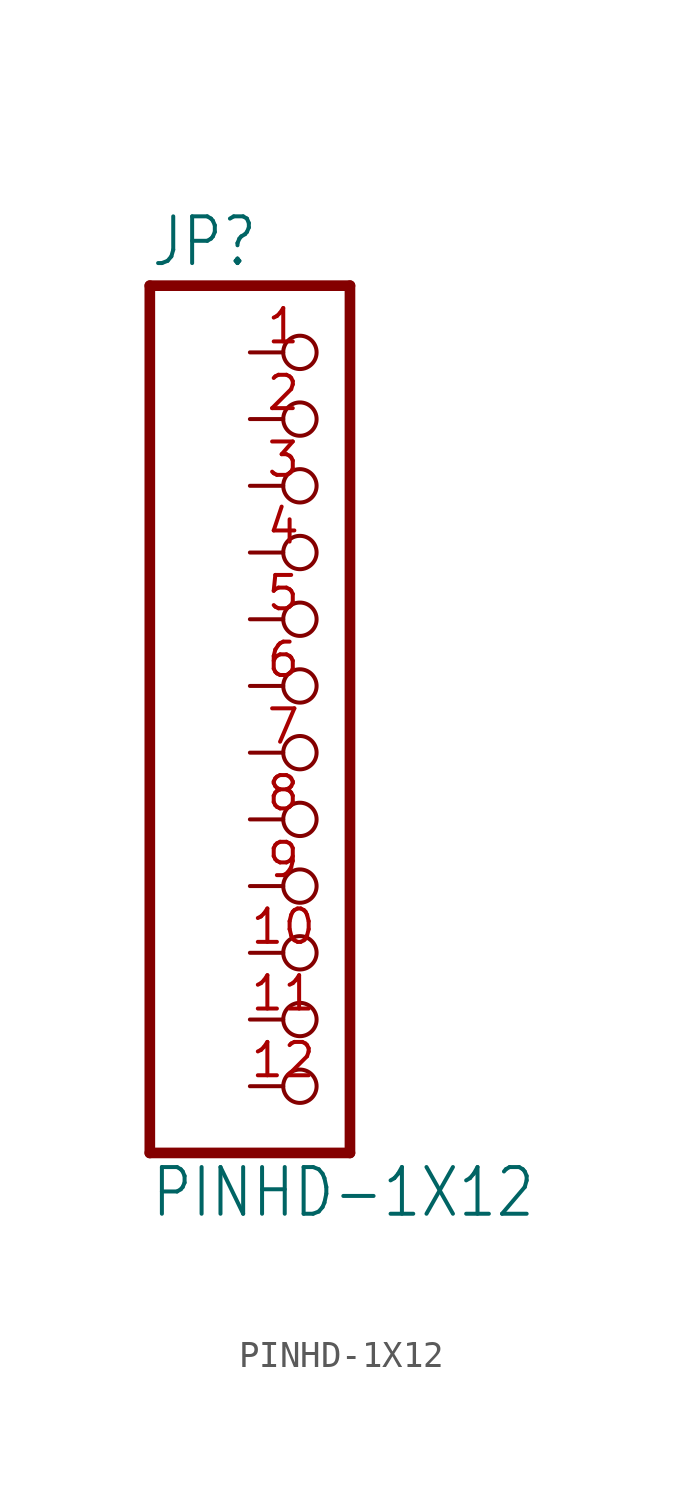
<source format=kicad_sym>
(kicad_symbol_lib
  (version 20211014)
  (generator kicad_symbol_editor)
  (symbol "PINHD-1X12"
    (property "Reference" "JP"
      (at -6.35 15.875 0)
      (effects (font (size 1.778 1.511)) (justify left bottom)))
    (property "Value" "PINHD-1X12"
      (at -6.35 -20.32 0)
      (effects (font (size 1.778 1.511)) (justify left bottom)))
    (property "ki_locked" ""
      (at 0 0 0)
      (effects (font (size 1.27 1.27))))
    (symbol "PINHD-1X12_1_0"
      (polyline (pts (xy -6.35 -17.78) (xy 1.27 -17.78)) (stroke (width 0.406) (type default) (color 0 0 0 0)) (fill (type none)))
      (polyline (pts (xy -6.35 15.24) (xy -6.35 -17.78)) (stroke (width 0.406) (type default) (color 0 0 0 0)) (fill (type none)))
      (polyline (pts (xy 1.27 -17.78) (xy 1.27 15.24)) (stroke (width 0.406) (type default) (color 0 0 0 0)) (fill (type none)))
      (polyline (pts (xy 1.27 15.24) (xy -6.35 15.24)) (stroke (width 0.406) (type default) (color 0 0 0 0)) (fill (type none)))
      (pin passive inverted (at -2.54 12.7 0) (length 2.54) (name "1" (effects (font (size 0 0)))) (number "1" (effects (font (size 1.27 1.27)))))
      (pin passive inverted (at -2.54 -10.16 0) (length 2.54) (name "10" (effects (font (size 0 0)))) (number "10" (effects (font (size 1.27 1.27)))))
      (pin passive inverted (at -2.54 -12.7 0) (length 2.54) (name "11" (effects (font (size 0 0)))) (number "11" (effects (font (size 1.27 1.27)))))
      (pin passive inverted (at -2.54 -15.24 0) (length 2.54) (name "12" (effects (font (size 0 0)))) (number "12" (effects (font (size 1.27 1.27)))))
      (pin passive inverted (at -2.54 10.16 0) (length 2.54) (name "2" (effects (font (size 0 0)))) (number "2" (effects (font (size 1.27 1.27)))))
      (pin passive inverted (at -2.54 7.62 0) (length 2.54) (name "3" (effects (font (size 0 0)))) (number "3" (effects (font (size 1.27 1.27)))))
      (pin passive inverted (at -2.54 5.08 0) (length 2.54) (name "4" (effects (font (size 0 0)))) (number "4" (effects (font (size 1.27 1.27)))))
      (pin passive inverted (at -2.54 2.54 0) (length 2.54) (name "5" (effects (font (size 0 0)))) (number "5" (effects (font (size 1.27 1.27)))))
      (pin passive inverted (at -2.54 0 0) (length 2.54) (name "6" (effects (font (size 0 0)))) (number "6" (effects (font (size 1.27 1.27)))))
      (pin passive inverted (at -2.54 -2.54 0) (length 2.54) (name "7" (effects (font (size 0 0)))) (number "7" (effects (font (size 1.27 1.27)))))
      (pin passive inverted (at -2.54 -5.08 0) (length 2.54) (name "8" (effects (font (size 0 0)))) (number "8" (effects (font (size 1.27 1.27)))))
      (pin passive inverted (at -2.54 -7.62 0) (length 2.54) (name "9" (effects (font (size 0 0)))) (number "9" (effects (font (size 1.27 1.27))))))))
</source>
